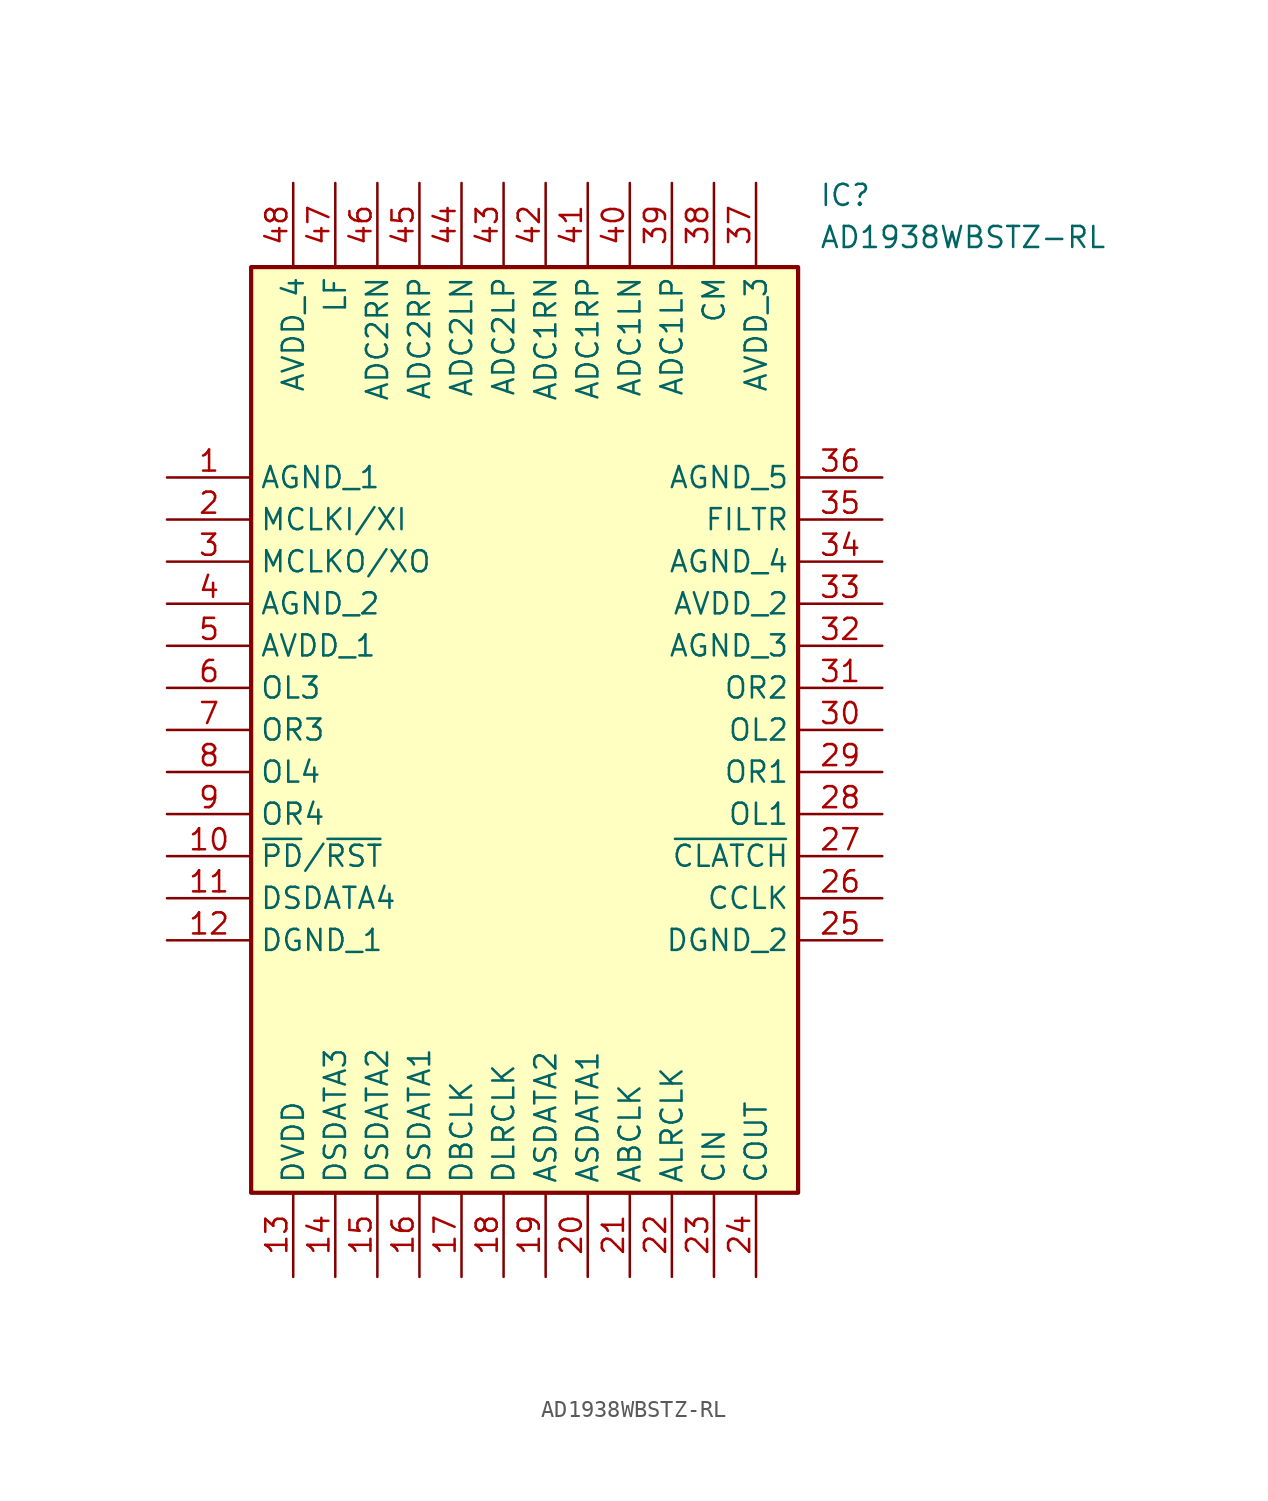
<source format=kicad_sym>
(kicad_symbol_lib
  (version 20211014)
  (generator SamacSys_ECAD_Model)
  (symbol "AD1938WBSTZ-RL"
    (property "Reference" "IC"
      (at 39.37 17.78 0)
      (effects (font (size 1.27 1.27)) (justify left top)))
    (property "Value" "AD1938WBSTZ-RL"
      (at 39.37 15.24 0)
      (effects (font (size 1.27 1.27)) (justify left top)))
    (rectangle
      (start 5.08 12.7)
      (end 38.1 -43.18)
      (stroke (width 0.254) (type default))
      (fill (type background)))
    (pin passive line
      (at 0 0 0)
      (length 5.08)
      (name "AGND_1" (effects (font (size 1.27 1.27))))
      (number "1" (effects (font (size 1.27 1.27)))))
    (pin passive line
      (at 0 -2.54 0)
      (length 5.08)
      (name "MCLKI/XI" (effects (font (size 1.27 1.27))))
      (number "2" (effects (font (size 1.27 1.27)))))
    (pin passive line
      (at 0 -5.08 0)
      (length 5.08)
      (name "MCLKO/XO" (effects (font (size 1.27 1.27))))
      (number "3" (effects (font (size 1.27 1.27)))))
    (pin passive line
      (at 0 -7.62 0)
      (length 5.08)
      (name "AGND_2" (effects (font (size 1.27 1.27))))
      (number "4" (effects (font (size 1.27 1.27)))))
    (pin passive line
      (at 0 -10.16 0)
      (length 5.08)
      (name "AVDD_1" (effects (font (size 1.27 1.27))))
      (number "5" (effects (font (size 1.27 1.27)))))
    (pin passive line
      (at 0 -12.7 0)
      (length 5.08)
      (name "OL3" (effects (font (size 1.27 1.27))))
      (number "6" (effects (font (size 1.27 1.27)))))
    (pin passive line
      (at 0 -15.24 0)
      (length 5.08)
      (name "OR3" (effects (font (size 1.27 1.27))))
      (number "7" (effects (font (size 1.27 1.27)))))
    (pin passive line
      (at 0 -17.78 0)
      (length 5.08)
      (name "OL4" (effects (font (size 1.27 1.27))))
      (number "8" (effects (font (size 1.27 1.27)))))
    (pin passive line
      (at 0 -20.32 0)
      (length 5.08)
      (name "OR4" (effects (font (size 1.27 1.27))))
      (number "9" (effects (font (size 1.27 1.27)))))
    (pin passive line
      (at 0 -22.86 0)
      (length 5.08)
      (name "~{PD}/~{RST}" (effects (font (size 1.27 1.27))))
      (number "10" (effects (font (size 1.27 1.27)))))
    (pin passive line
      (at 0 -25.4 0)
      (length 5.08)
      (name "DSDATA4" (effects (font (size 1.27 1.27))))
      (number "11" (effects (font (size 1.27 1.27)))))
    (pin passive line
      (at 0 -27.94 0)
      (length 5.08)
      (name "DGND_1" (effects (font (size 1.27 1.27))))
      (number "12" (effects (font (size 1.27 1.27)))))
    (pin passive line
      (at 7.62 -48.26 90)
      (length 5.08)
      (name "DVDD" (effects (font (size 1.27 1.27))))
      (number "13" (effects (font (size 1.27 1.27)))))
    (pin passive line
      (at 10.16 -48.26 90)
      (length 5.08)
      (name "DSDATA3" (effects (font (size 1.27 1.27))))
      (number "14" (effects (font (size 1.27 1.27)))))
    (pin passive line
      (at 12.7 -48.26 90)
      (length 5.08)
      (name "DSDATA2" (effects (font (size 1.27 1.27))))
      (number "15" (effects (font (size 1.27 1.27)))))
    (pin passive line
      (at 15.24 -48.26 90)
      (length 5.08)
      (name "DSDATA1" (effects (font (size 1.27 1.27))))
      (number "16" (effects (font (size 1.27 1.27)))))
    (pin passive line
      (at 17.78 -48.26 90)
      (length 5.08)
      (name "DBCLK" (effects (font (size 1.27 1.27))))
      (number "17" (effects (font (size 1.27 1.27)))))
    (pin passive line
      (at 20.32 -48.26 90)
      (length 5.08)
      (name "DLRCLK" (effects (font (size 1.27 1.27))))
      (number "18" (effects (font (size 1.27 1.27)))))
    (pin passive line
      (at 22.86 -48.26 90)
      (length 5.08)
      (name "ASDATA2" (effects (font (size 1.27 1.27))))
      (number "19" (effects (font (size 1.27 1.27)))))
    (pin passive line
      (at 25.4 -48.26 90)
      (length 5.08)
      (name "ASDATA1" (effects (font (size 1.27 1.27))))
      (number "20" (effects (font (size 1.27 1.27)))))
    (pin passive line
      (at 27.94 -48.26 90)
      (length 5.08)
      (name "ABCLK" (effects (font (size 1.27 1.27))))
      (number "21" (effects (font (size 1.27 1.27)))))
    (pin passive line
      (at 30.48 -48.26 90)
      (length 5.08)
      (name "ALRCLK" (effects (font (size 1.27 1.27))))
      (number "22" (effects (font (size 1.27 1.27)))))
    (pin passive line
      (at 33.02 -48.26 90)
      (length 5.08)
      (name "CIN" (effects (font (size 1.27 1.27))))
      (number "23" (effects (font (size 1.27 1.27)))))
    (pin passive line
      (at 35.56 -48.26 90)
      (length 5.08)
      (name "COUT" (effects (font (size 1.27 1.27))))
      (number "24" (effects (font (size 1.27 1.27)))))
    (pin passive line
      (at 43.18 0 180)
      (length 5.08)
      (name "AGND_5" (effects (font (size 1.27 1.27))))
      (number "36" (effects (font (size 1.27 1.27)))))
    (pin passive line
      (at 43.18 -2.54 180)
      (length 5.08)
      (name "FILTR" (effects (font (size 1.27 1.27))))
      (number "35" (effects (font (size 1.27 1.27)))))
    (pin passive line
      (at 43.18 -5.08 180)
      (length 5.08)
      (name "AGND_4" (effects (font (size 1.27 1.27))))
      (number "34" (effects (font (size 1.27 1.27)))))
    (pin passive line
      (at 43.18 -7.62 180)
      (length 5.08)
      (name "AVDD_2" (effects (font (size 1.27 1.27))))
      (number "33" (effects (font (size 1.27 1.27)))))
    (pin passive line
      (at 43.18 -10.16 180)
      (length 5.08)
      (name "AGND_3" (effects (font (size 1.27 1.27))))
      (number "32" (effects (font (size 1.27 1.27)))))
    (pin passive line
      (at 43.18 -12.7 180)
      (length 5.08)
      (name "OR2" (effects (font (size 1.27 1.27))))
      (number "31" (effects (font (size 1.27 1.27)))))
    (pin passive line
      (at 43.18 -15.24 180)
      (length 5.08)
      (name "OL2" (effects (font (size 1.27 1.27))))
      (number "30" (effects (font (size 1.27 1.27)))))
    (pin passive line
      (at 43.18 -17.78 180)
      (length 5.08)
      (name "OR1" (effects (font (size 1.27 1.27))))
      (number "29" (effects (font (size 1.27 1.27)))))
    (pin passive line
      (at 43.18 -20.32 180)
      (length 5.08)
      (name "OL1" (effects (font (size 1.27 1.27))))
      (number "28" (effects (font (size 1.27 1.27)))))
    (pin passive line
      (at 43.18 -22.86 180)
      (length 5.08)
      (name "~{CLATCH}" (effects (font (size 1.27 1.27))))
      (number "27" (effects (font (size 1.27 1.27)))))
    (pin passive line
      (at 43.18 -25.4 180)
      (length 5.08)
      (name "CCLK" (effects (font (size 1.27 1.27))))
      (number "26" (effects (font (size 1.27 1.27)))))
    (pin passive line
      (at 43.18 -27.94 180)
      (length 5.08)
      (name "DGND_2" (effects (font (size 1.27 1.27))))
      (number "25" (effects (font (size 1.27 1.27)))))
    (pin passive line
      (at 7.62 17.78 270)
      (length 5.08)
      (name "AVDD_4" (effects (font (size 1.27 1.27))))
      (number "48" (effects (font (size 1.27 1.27)))))
    (pin passive line
      (at 10.16 17.78 270)
      (length 5.08)
      (name "LF" (effects (font (size 1.27 1.27))))
      (number "47" (effects (font (size 1.27 1.27)))))
    (pin passive line
      (at 12.7 17.78 270)
      (length 5.08)
      (name "ADC2RN" (effects (font (size 1.27 1.27))))
      (number "46" (effects (font (size 1.27 1.27)))))
    (pin passive line
      (at 15.24 17.78 270)
      (length 5.08)
      (name "ADC2RP" (effects (font (size 1.27 1.27))))
      (number "45" (effects (font (size 1.27 1.27)))))
    (pin passive line
      (at 17.78 17.78 270)
      (length 5.08)
      (name "ADC2LN" (effects (font (size 1.27 1.27))))
      (number "44" (effects (font (size 1.27 1.27)))))
    (pin passive line
      (at 20.32 17.78 270)
      (length 5.08)
      (name "ADC2LP" (effects (font (size 1.27 1.27))))
      (number "43" (effects (font (size 1.27 1.27)))))
    (pin passive line
      (at 22.86 17.78 270)
      (length 5.08)
      (name "ADC1RN" (effects (font (size 1.27 1.27))))
      (number "42" (effects (font (size 1.27 1.27)))))
    (pin passive line
      (at 25.4 17.78 270)
      (length 5.08)
      (name "ADC1RP" (effects (font (size 1.27 1.27))))
      (number "41" (effects (font (size 1.27 1.27)))))
    (pin passive line
      (at 27.94 17.78 270)
      (length 5.08)
      (name "ADC1LN" (effects (font (size 1.27 1.27))))
      (number "40" (effects (font (size 1.27 1.27)))))
    (pin passive line
      (at 30.48 17.78 270)
      (length 5.08)
      (name "ADC1LP" (effects (font (size 1.27 1.27))))
      (number "39" (effects (font (size 1.27 1.27)))))
    (pin passive line
      (at 33.02 17.78 270)
      (length 5.08)
      (name "CM" (effects (font (size 1.27 1.27))))
      (number "38" (effects (font (size 1.27 1.27)))))
    (pin passive line
      (at 35.56 17.78 270)
      (length 5.08)
      (name "AVDD_3" (effects (font (size 1.27 1.27))))
      (number "37" (effects (font (size 1.27 1.27)))))))
</source>
